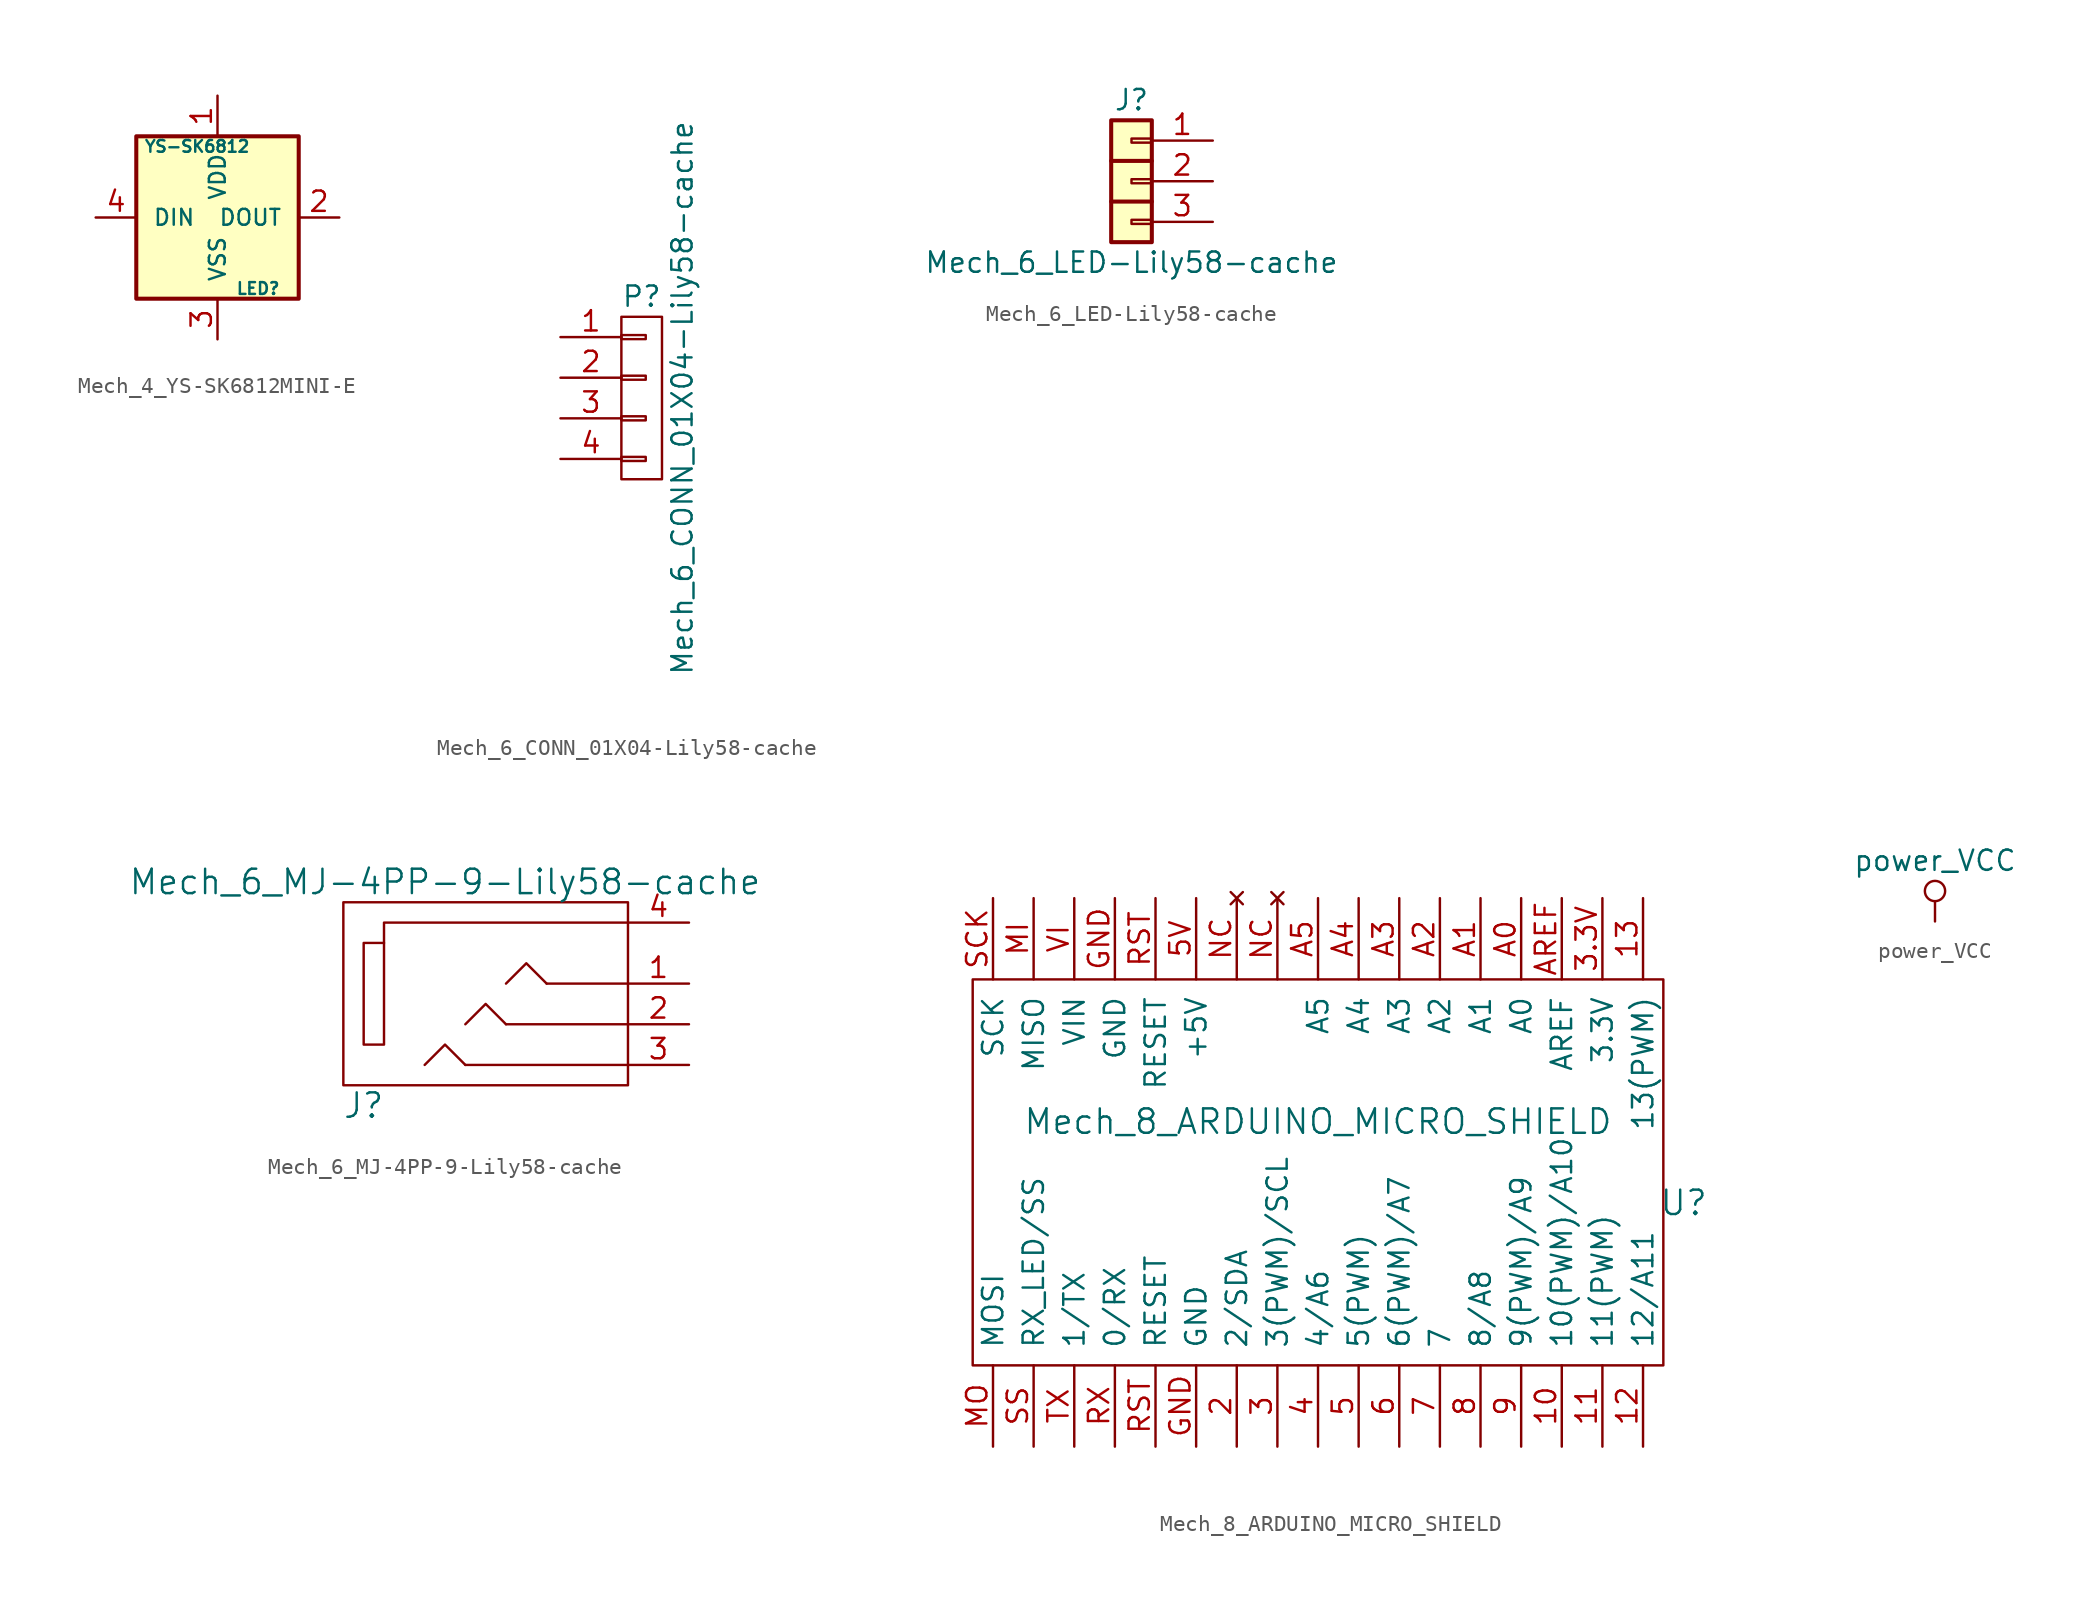
<source format=kicad_sym>
(kicad_symbol_lib
  (version 20220914)
  (generator kicad_symbol_editor)
  (symbol "Mech_4_YS-SK6812MINI-E"
    (pin_names
      (offset 1.016))
    (property "Reference" "LED"
      (at 2.54 -4.445 0)
      (effects (font (size 0.737 0.737))))
    (property "Value" "YS-SK6812"
      (at -1.27 4.445 0)
      (effects (font (size 0.737 0.737))))
    (symbol "Mech_4_YS-SK6812MINI-E_0_1"
      (rectangle (start -5.08 5.08) (end 5.08 -5.08) (stroke (width 0.254) (type solid)) (fill (type background))))
    (symbol "Mech_4_YS-SK6812MINI-E_1_1"
      (pin power_in line (at 0 7.62 270) (length 2.54) (name "VDD" (effects (font (size 0.991 0.991)))) (number "1" (effects (font (size 1.27 1.27)))))
      (pin output line (at 7.62 0 180) (length 2.54) (name "DOUT" (effects (font (size 0.991 0.991)))) (number "2" (effects (font (size 1.27 1.27)))))
      (pin power_in line (at 0 -7.62 90) (length 2.54) (name "VSS" (effects (font (size 0.991 0.991)))) (number "3" (effects (font (size 1.27 1.27)))))
      (pin input line (at -7.62 0 0) (length 2.54) (name "DIN" (effects (font (size 0.991 0.991)))) (number "4" (effects (font (size 1.27 1.27)))))))
  (symbol "Mech_6_CONN_01X04-Lily58-cache"
    (pin_names
      (offset 1.016) hide)
    (property "Reference" "P"
      (at 0 6.35 0)
      (effects (font (size 1.27 1.27))))
    (property "Value" "Mech_6_CONN_01X04-Lily58-cache"
      (at 2.54 0 90)
      (effects (font (size 1.27 1.27))))
    (property "Footprint" ""
      (at 0 0 0)
      (effects (font (size 1.27 1.27))))
    (property "Datasheet" ""
      (at 0 0 0)
      (effects (font (size 1.27 1.27))))
    (symbol "Mech_6_CONN_01X04-Lily58-cache_0_1"
      (rectangle (start -1.27 -3.683) (end 0.254 -3.937) (stroke (width 0) (type solid)) (fill (type none)))
      (rectangle (start -1.27 -1.143) (end 0.254 -1.397) (stroke (width 0) (type solid)) (fill (type none)))
      (rectangle (start -1.27 1.397) (end 0.254 1.143) (stroke (width 0) (type solid)) (fill (type none)))
      (rectangle (start -1.27 3.937) (end 0.254 3.683) (stroke (width 0) (type solid)) (fill (type none)))
      (rectangle (start -1.27 5.08) (end 1.27 -5.08) (stroke (width 0) (type solid)) (fill (type none))))
    (symbol "Mech_6_CONN_01X04-Lily58-cache_1_1"
      (pin passive line (at -5.08 3.81 0) (length 3.81) (name "P1" (effects (font (size 1.27 1.27)))) (number "1" (effects (font (size 1.27 1.27)))))
      (pin passive line (at -5.08 1.27 0) (length 3.81) (name "P2" (effects (font (size 1.27 1.27)))) (number "2" (effects (font (size 1.27 1.27)))))
      (pin passive line (at -5.08 -1.27 0) (length 3.81) (name "P3" (effects (font (size 1.27 1.27)))) (number "3" (effects (font (size 1.27 1.27)))))
      (pin passive line (at -5.08 -3.81 0) (length 3.81) (name "P4" (effects (font (size 1.27 1.27)))) (number "4" (effects (font (size 1.27 1.27)))))))
  (symbol "Mech_6_LED-Lily58-cache"
    (pin_names
      (offset 1.016) hide)
    (property "Reference" "J"
      (at 0 5.08 0)
      (effects (font (size 1.27 1.27))))
    (property "Value" "Mech_6_LED-Lily58-cache"
      (at 0 -5.08 0)
      (effects (font (size 1.27 1.27))))
    (symbol "Mech_6_LED-Lily58-cache_1_1"
      (rectangle (start -1.27 3.81) (end 1.27 -3.81) (stroke (width 0.254) (type solid)) (fill (type background)))
      (rectangle (start 0 -2.413) (end 1.27 -2.667) (stroke (width 0.152) (type solid)) (fill (type none)))
      (polyline (pts (xy -1.27 -1.27) (xy 1.27 -1.27)) (stroke (width 0.254) (type solid)) (fill (type none)))
      (polyline (pts (xy -1.27 1.27) (xy 1.27 1.27)) (stroke (width 0.254) (type solid)) (fill (type none)))
      (rectangle (start 0 0.127) (end 1.27 -0.127) (stroke (width 0.152) (type solid)) (fill (type none)))
      (rectangle (start 0 2.667) (end 1.27 2.413) (stroke (width 0.152) (type solid)) (fill (type none)))
      (pin passive line (at 5.08 2.54 180) (length 3.81) (name "Pin_1" (effects (font (size 1.27 1.27)))) (number "1" (effects (font (size 1.27 1.27)))))
      (pin passive line (at 5.08 0 180) (length 3.81) (name "Pin_2" (effects (font (size 1.27 1.27)))) (number "2" (effects (font (size 1.27 1.27)))))
      (pin passive line (at 5.08 -2.54 180) (length 3.81) (name "Pin_3" (effects (font (size 1.27 1.27)))) (number "3" (effects (font (size 1.27 1.27)))))))
  (symbol "Mech_6_MJ-4PP-9-Lily58-cache"
    (pin_names
      (offset 1.016))
    (property "Reference" "J"
      (at -8.89 -7.62 0)
      (effects (font (size 1.524 1.524))))
    (property "Value" "Mech_6_MJ-4PP-9-Lily58-cache"
      (at -3.81 6.35 0)
      (effects (font (size 1.524 1.524))))
    (property "Footprint" ""
      (at 0 0 0)
      (effects (font (size 1.524 1.524))))
    (property "Datasheet" ""
      (at 0 0 0)
      (effects (font (size 1.524 1.524))))
    (symbol "Mech_6_MJ-4PP-9-Lily58-cache_0_1"
      (rectangle (start -7.62 2.54) (end -8.89 -3.81) (stroke (width 0) (type solid)) (fill (type none)))
      (polyline (pts (xy 2.54 0) (xy 7.62 0)) (stroke (width 0) (type solid)) (fill (type none)))
      (polyline (pts (xy -2.54 -5.08) (xy 7.62 -5.08) (xy 7.62 -5.08)) (stroke (width 0) (type solid)) (fill (type none)))
      (polyline (pts (xy 0 -2.54) (xy -1.27 -1.27) (xy -2.54 -2.54)) (stroke (width 0) (type solid)) (fill (type none)))
      (polyline (pts (xy 0 0) (xy 1.27 1.27) (xy 2.54 0)) (stroke (width 0) (type solid)) (fill (type none)))
      (polyline (pts (xy 7.62 3.81) (xy -7.62 3.81) (xy -7.62 2.54)) (stroke (width 0) (type solid)) (fill (type none)))
      (polyline (pts (xy -2.54 -5.08) (xy -3.81 -3.81) (xy -5.08 -5.08) (xy -5.08 -5.08)) (stroke (width 0) (type solid)) (fill (type none)))
      (polyline (pts (xy 0 -2.54) (xy 7.62 -2.54) (xy 7.62 -2.54) (xy 7.62 -2.54)) (stroke (width 0) (type solid)) (fill (type none)))
      (rectangle (start 7.62 -6.35) (end -10.16 5.08) (stroke (width 0) (type solid)) (fill (type none))))
    (symbol "Mech_6_MJ-4PP-9-Lily58-cache_1_1"
      (pin passive line (at 11.43 0 180) (length 3.81) (name "~" (effects (font (size 1.27 1.27)))) (number "1" (effects (font (size 1.27 1.27)))))
      (pin passive line (at 11.43 -2.54 180) (length 3.81) (name "~" (effects (font (size 1.27 1.27)))) (number "2" (effects (font (size 1.27 1.27)))))
      (pin passive line (at 11.43 -5.08 180) (length 3.81) (name "~" (effects (font (size 1.27 1.27)))) (number "3" (effects (font (size 1.27 1.27)))))
      (pin passive line (at 11.43 3.81 180) (length 3.81) (name "~" (effects (font (size 1.27 1.27)))) (number "4" (effects (font (size 1.27 1.27)))))))
  (symbol "Mech_8_ARDUINO_MICRO_SHIELD"
    (pin_names
      (offset 1.016))
    (property "Reference" "U"
      (at 44.45 10.16 0)
      (effects (font (size 1.524 1.524))))
    (property "Value" "Mech_8_ARDUINO_MICRO_SHIELD"
      (at 21.59 15.24 0)
      (effects (font (size 1.524 1.524))))
    (property "Footprint" ""
      (at 10.16 -1.27 0)
      (effects (font (size 1.524 1.524))))
    (property "Datasheet" ""
      (at 10.16 -1.27 0)
      (effects (font (size 1.524 1.524))))
    (symbol "Mech_8_ARDUINO_MICRO_SHIELD_0_1"
      (rectangle (start 0 0) (end 43.18 24.13) (stroke (width 0) (type solid)) (fill (type none))))
    (symbol "Mech_8_ARDUINO_MICRO_SHIELD_1_1"
      (pin bidirectional line (at 36.83 -5.08 90) (length 5.08) (name "10(PWM)/A10" (effects (font (size 1.27 1.27)))) (number "10" (effects (font (size 1.27 1.27)))))
      (pin bidirectional line (at 39.37 -5.08 90) (length 5.08) (name "11(PWM)" (effects (font (size 1.27 1.27)))) (number "11" (effects (font (size 1.27 1.27)))))
      (pin bidirectional line (at 41.91 -5.08 90) (length 5.08) (name "12/A11" (effects (font (size 1.27 1.27)))) (number "12" (effects (font (size 1.27 1.27)))))
      (pin bidirectional line (at 41.91 29.21 270) (length 5.08) (name "13(PWM)" (effects (font (size 1.27 1.27)))) (number "13" (effects (font (size 1.27 1.27)))))
      (pin bidirectional line (at 16.51 -5.08 90) (length 5.08) (name "2/SDA" (effects (font (size 1.27 1.27)))) (number "2" (effects (font (size 1.27 1.27)))))
      (pin bidirectional line (at 19.05 -5.08 90) (length 5.08) (name "3(PWM)/SCL" (effects (font (size 1.27 1.27)))) (number "3" (effects (font (size 1.27 1.27)))))
      (pin power_in line (at 39.37 29.21 270) (length 5.08) (name "3.3V" (effects (font (size 1.27 1.27)))) (number "3.3V" (effects (font (size 1.27 1.27)))))
      (pin bidirectional line (at 21.59 -5.08 90) (length 5.08) (name "4/A6" (effects (font (size 1.27 1.27)))) (number "4" (effects (font (size 1.27 1.27)))))
      (pin bidirectional line (at 24.13 -5.08 90) (length 5.08) (name "5(PWM)" (effects (font (size 1.27 1.27)))) (number "5" (effects (font (size 1.27 1.27)))))
      (pin power_in line (at 13.97 29.21 270) (length 5.08) (name "+5V" (effects (font (size 1.27 1.27)))) (number "5V" (effects (font (size 1.27 1.27)))))
      (pin bidirectional line (at 26.67 -5.08 90) (length 5.08) (name "6(PWM)/A7" (effects (font (size 1.27 1.27)))) (number "6" (effects (font (size 1.27 1.27)))))
      (pin bidirectional line (at 29.21 -5.08 90) (length 5.08) (name "7" (effects (font (size 1.27 1.27)))) (number "7" (effects (font (size 1.27 1.27)))))
      (pin bidirectional line (at 31.75 -5.08 90) (length 5.08) (name "8/A8" (effects (font (size 1.27 1.27)))) (number "8" (effects (font (size 1.27 1.27)))))
      (pin bidirectional line (at 34.29 -5.08 90) (length 5.08) (name "9(PWM)/A9" (effects (font (size 1.27 1.27)))) (number "9" (effects (font (size 1.27 1.27)))))
      (pin bidirectional line (at 34.29 29.21 270) (length 5.08) (name "A0" (effects (font (size 1.27 1.27)))) (number "A0" (effects (font (size 1.27 1.27)))))
      (pin bidirectional line (at 31.75 29.21 270) (length 5.08) (name "A1" (effects (font (size 1.27 1.27)))) (number "A1" (effects (font (size 1.27 1.27)))))
      (pin bidirectional line (at 29.21 29.21 270) (length 5.08) (name "A2" (effects (font (size 1.27 1.27)))) (number "A2" (effects (font (size 1.27 1.27)))))
      (pin bidirectional line (at 26.67 29.21 270) (length 5.08) (name "A3" (effects (font (size 1.27 1.27)))) (number "A3" (effects (font (size 1.27 1.27)))))
      (pin bidirectional line (at 24.13 29.21 270) (length 5.08) (name "A4" (effects (font (size 1.27 1.27)))) (number "A4" (effects (font (size 1.27 1.27)))))
      (pin bidirectional line (at 21.59 29.21 270) (length 5.08) (name "A5" (effects (font (size 1.27 1.27)))) (number "A5" (effects (font (size 1.27 1.27)))))
      (pin power_in line (at 36.83 29.21 270) (length 5.08) (name "AREF" (effects (font (size 1.27 1.27)))) (number "AREF" (effects (font (size 1.27 1.27)))))
      (pin power_in line (at 8.89 29.21 270) (length 5.08) (name "GND" (effects (font (size 1.27 1.27)))) (number "GND" (effects (font (size 1.27 1.27)))))
      (pin power_in line (at 13.97 -5.08 90) (length 5.08) (name "GND" (effects (font (size 1.27 1.27)))) (number "GND" (effects (font (size 1.27 1.27)))))
      (pin bidirectional line (at 3.81 29.21 270) (length 5.08) (name "MISO" (effects (font (size 1.27 1.27)))) (number "MI" (effects (font (size 1.27 1.27)))))
      (pin bidirectional line (at 1.27 -5.08 90) (length 5.08) (name "MOSI" (effects (font (size 1.27 1.27)))) (number "MO" (effects (font (size 1.27 1.27)))))
      (pin no_connect line (at 16.51 29.21 270) (length 5.08) (name "~" (effects (font (size 1.27 1.27)))) (number "NC" (effects (font (size 1.27 1.27)))))
      (pin no_connect line (at 19.05 29.21 270) (length 5.08) (name "~" (effects (font (size 1.27 1.27)))) (number "NC" (effects (font (size 1.27 1.27)))))
      (pin bidirectional line (at 11.43 -5.08 90) (length 5.08) (name "RESET" (effects (font (size 1.27 1.27)))) (number "RST" (effects (font (size 1.27 1.27)))))
      (pin bidirectional line (at 11.43 29.21 270) (length 5.08) (name "RESET" (effects (font (size 1.27 1.27)))) (number "RST" (effects (font (size 1.27 1.27)))))
      (pin bidirectional line (at 8.89 -5.08 90) (length 5.08) (name "0/RX" (effects (font (size 1.27 1.27)))) (number "RX" (effects (font (size 1.27 1.27)))))
      (pin bidirectional line (at 1.27 29.21 270) (length 5.08) (name "SCK" (effects (font (size 1.27 1.27)))) (number "SCK" (effects (font (size 1.27 1.27)))))
      (pin bidirectional line (at 3.81 -5.08 90) (length 5.08) (name "RX_LED/SS" (effects (font (size 1.27 1.27)))) (number "SS" (effects (font (size 1.27 1.27)))))
      (pin bidirectional line (at 6.35 -5.08 90) (length 5.08) (name "1/TX" (effects (font (size 1.27 1.27)))) (number "TX" (effects (font (size 1.27 1.27)))))
      (pin power_in line (at 6.35 29.21 270) (length 5.08) (name "VIN" (effects (font (size 1.27 1.27)))) (number "VI" (effects (font (size 1.27 1.27)))))))
  (symbol "power_VCC"
    (power)
    (pin_names
      (offset 0))
    (property "Reference" "#PWR"
      (at 0 -3.81 0)
      (effects (font (size 1.27 1.27)) hide))
    (property "Value" "power_VCC"
      (at 0 3.81 0)
      (effects (font (size 1.27 1.27))))
    (symbol "power_VCC_0_1"
      (polyline (pts (xy 0 0) (xy 0 1.27)) (stroke (width 0) (type solid)) (fill (type none)))
      (circle (center 0 1.905) (radius 0.635) (stroke (width 0) (type solid)) (fill (type none))))
    (symbol "power_VCC_1_1"
      (pin power_in line (at 0 0 90) (length 0) hide (name "VCC" (effects (font (size 1.27 1.27)))) (number "1" (effects (font (size 1.27 1.27))))))))
</source>
